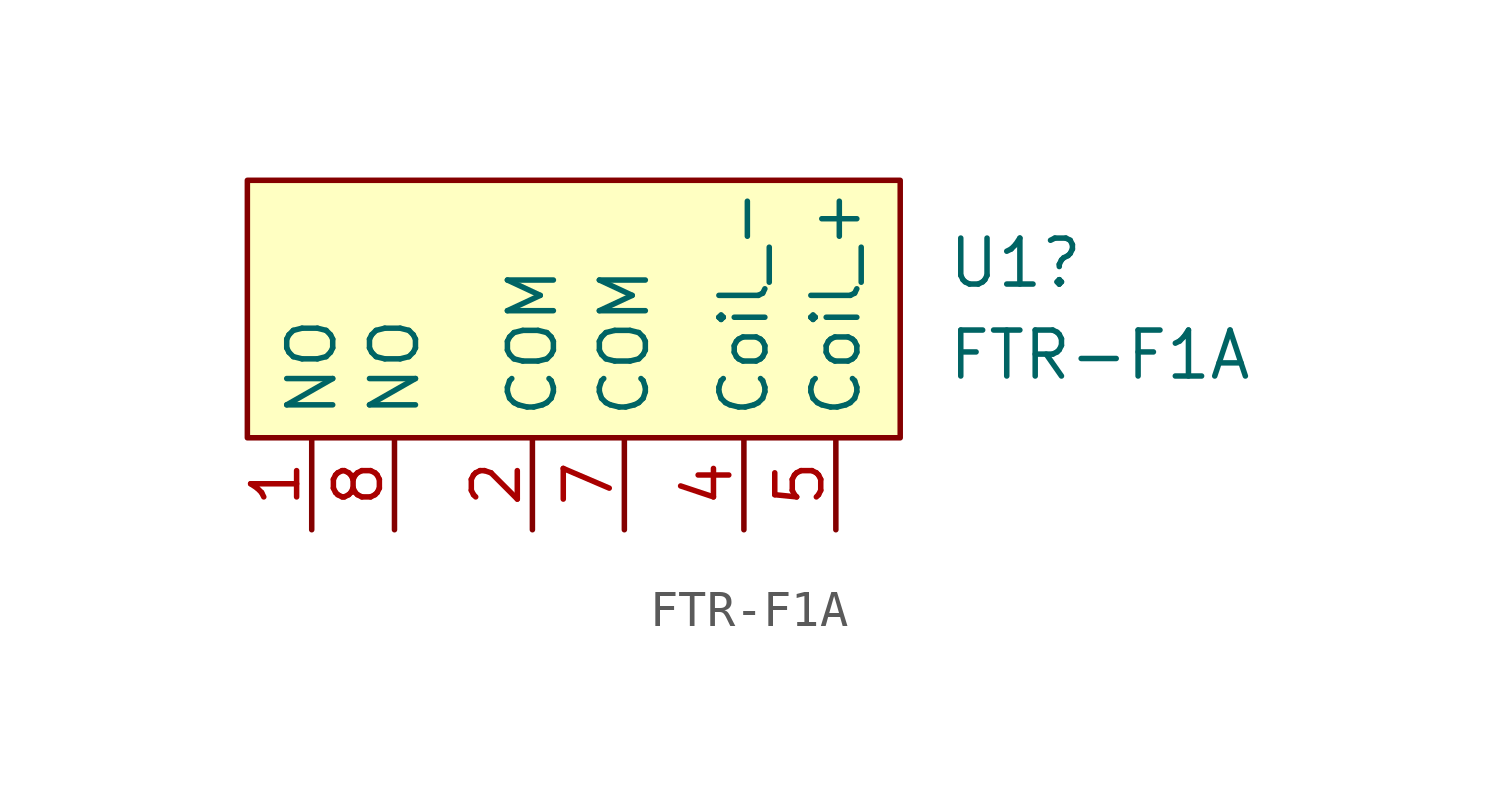
<source format=kicad_sym>
(kicad_symbol_lib
  (version 20211014)
  (generator kicad_symbol_editor)
  (symbol "FTR-F1A"
    (property "Reference" "U1"
      (at 10.668 4.826 0)
      (effects (font (size 1.27 1.27)) (justify left)))
    (property "Value" "FTR-F1A"
      (at 10.668 2.286 0)
      (effects (font (size 1.27 1.27)) (justify left)))
    (symbol "FTR-F1A_0_1"
      (rectangle (start -8.636 7.112) (end 9.398 0) (stroke (width 0) (type default) (color 0 0 0 0)) (fill (type background))))
    (symbol "FTR-F1A_1_1"
      (pin input line (at -6.858 -2.54 90) (length 2.54) (name "NO" (effects (font (size 1.27 1.27)))) (number "1" (effects (font (size 1.27 1.27)))))
      (pin input line (at -0.762 -2.54 90) (length 2.54) (name "COM" (effects (font (size 1.27 1.27)))) (number "2" (effects (font (size 1.27 1.27)))))
      (pin input line (at 5.08 -2.54 90) (length 2.54) (name "Coil_-" (effects (font (size 1.27 1.27)))) (number "4" (effects (font (size 1.27 1.27)))))
      (pin input line (at 7.62 -2.54 90) (length 2.54) (name "Coil_+" (effects (font (size 1.27 1.27)))) (number "5" (effects (font (size 1.27 1.27)))))
      (pin input line (at 1.778 -2.54 90) (length 2.54) (name "COM" (effects (font (size 1.27 1.27)))) (number "7" (effects (font (size 1.27 1.27)))))
      (pin input line (at -4.572 -2.54 90) (length 2.54) (name "NO" (effects (font (size 1.27 1.27)))) (number "8" (effects (font (size 1.27 1.27))))))))
</source>
